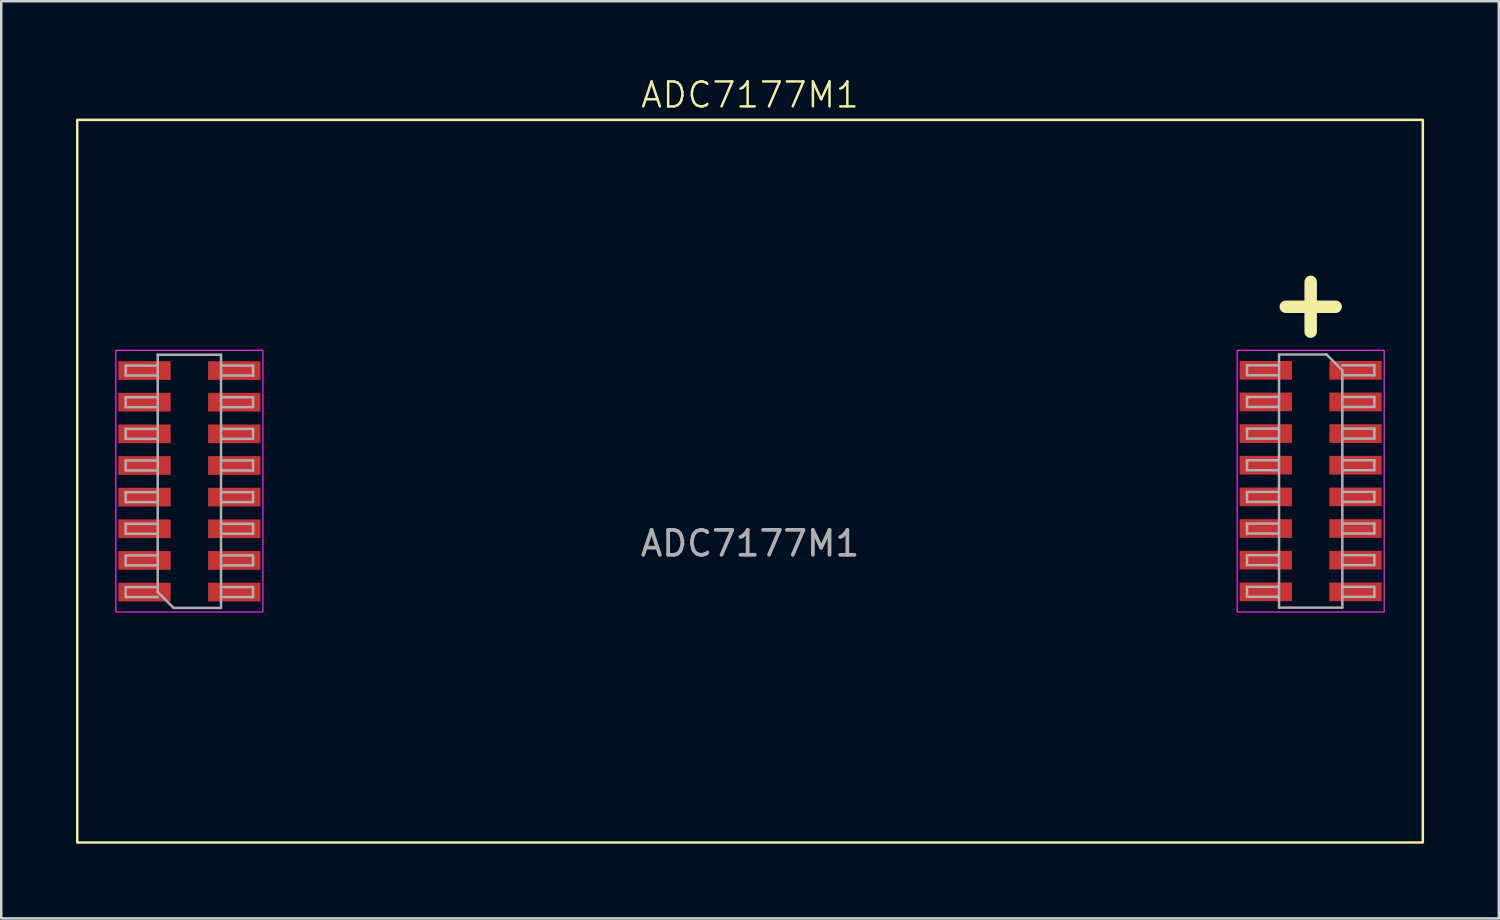
<source format=kicad_pcb>
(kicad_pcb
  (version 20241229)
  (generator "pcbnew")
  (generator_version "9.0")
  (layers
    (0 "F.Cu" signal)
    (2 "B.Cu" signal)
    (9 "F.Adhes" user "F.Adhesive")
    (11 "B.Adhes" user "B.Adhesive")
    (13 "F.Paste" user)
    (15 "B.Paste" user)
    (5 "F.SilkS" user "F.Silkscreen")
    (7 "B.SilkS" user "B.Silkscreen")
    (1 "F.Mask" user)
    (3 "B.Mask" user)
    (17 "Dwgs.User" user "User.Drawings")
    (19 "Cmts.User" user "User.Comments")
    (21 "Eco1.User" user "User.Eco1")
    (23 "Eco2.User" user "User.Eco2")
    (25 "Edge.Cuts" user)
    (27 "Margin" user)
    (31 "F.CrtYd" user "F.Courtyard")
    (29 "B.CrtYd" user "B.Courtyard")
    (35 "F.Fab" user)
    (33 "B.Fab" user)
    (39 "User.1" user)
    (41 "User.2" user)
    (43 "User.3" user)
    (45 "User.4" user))
  (footprint "ADC7177M1"
    (layer "F.Cu")
    (at 27.05 16.261)
    (property "Reference" "ADC7177M1" (at 0 -15.5 0) (unlocked yes) (layer "F.SilkS") (effects (font (size 1 1) (thickness 0.1))))
    (attr smd)
    (fp_line (start 21.5 -7) (end 23.5 -7) (stroke (width 0.5) (type solid)) (layer "F.SilkS"))
    (fp_line (start 22.5 -8) (end 22.5 -6) (stroke (width 0.5) (type solid)) (layer "F.SilkS"))
    (fp_rect (start -27 -14.5) (end 27 14.5) (stroke (width 0.1) (type default)) (fill no) (layer "F.SilkS"))
    (fp_rect (start -25.45 -5.25) (end -19.55 5.25) (stroke (width 0.05) (type default)) (fill no) (layer "F.CrtYd"))
    (fp_rect (start 19.55 -5.25) (end 25.45 5.25) (stroke (width 0.05) (type default)) (fill no) (layer "F.CrtYd"))
    (fp_line (start -25.055 -4.64) (end -23.77 -4.64) (stroke (width 0.1) (type solid)) (layer "F.Fab"))
    (fp_line (start -25.055 -4.24) (end -25.055 -4.64) (stroke (width 0.1) (type solid)) (layer "F.Fab"))
    (fp_line (start -25.055 -3.37) (end -23.77 -3.37) (stroke (width 0.1) (type solid)) (layer "F.Fab"))
    (fp_line (start -25.055 -2.97) (end -25.055 -3.37) (stroke (width 0.1) (type solid)) (layer "F.Fab"))
    (fp_line (start -25.055 -2.1) (end -23.77 -2.1) (stroke (width 0.1) (type solid)) (layer "F.Fab"))
    (fp_line (start -25.055 -1.7) (end -25.055 -2.1) (stroke (width 0.1) (type solid)) (layer "F.Fab"))
    (fp_line (start -25.055 -0.83) (end -23.77 -0.83) (stroke (width 0.1) (type solid)) (layer "F.Fab"))
    (fp_line (start -25.055 -0.43) (end -25.055 -0.83) (stroke (width 0.1) (type solid)) (layer "F.Fab"))
    (fp_line (start -25.055 0.44) (end -23.77 0.44) (stroke (width 0.1) (type solid)) (layer "F.Fab"))
    (fp_line (start -25.055 0.84) (end -25.055 0.44) (stroke (width 0.1) (type solid)) (layer "F.Fab"))
    (fp_line (start -25.055 1.71) (end -23.77 1.71) (stroke (width 0.1) (type solid)) (layer "F.Fab"))
    (fp_line (start -25.055 2.11) (end -25.055 1.71) (stroke (width 0.1) (type solid)) (layer "F.Fab"))
    (fp_line (start -25.055 2.98) (end -23.77 2.98) (stroke (width 0.1) (type solid)) (layer "F.Fab"))
    (fp_line (start -25.055 3.38) (end -25.055 2.98) (stroke (width 0.1) (type solid)) (layer "F.Fab"))
    (fp_line (start -25.055 4.25) (end -23.77 4.25) (stroke (width 0.1) (type solid)) (layer "F.Fab"))
    (fp_line (start -25.055 4.65) (end -25.055 4.25) (stroke (width 0.1) (type solid)) (layer "F.Fab"))
    (fp_line (start -23.77 -5.075) (end -21.23 -5.075) (stroke (width 0.1) (type solid)) (layer "F.Fab"))
    (fp_line (start -23.77 -4.24) (end -25.055 -4.24) (stroke (width 0.1) (type solid)) (layer "F.Fab"))
    (fp_line (start -23.77 -2.97) (end -25.055 -2.97) (stroke (width 0.1) (type solid)) (layer "F.Fab"))
    (fp_line (start -23.77 -1.7) (end -25.055 -1.7) (stroke (width 0.1) (type solid)) (layer "F.Fab"))
    (fp_line (start -23.77 -0.43) (end -25.055 -0.43) (stroke (width 0.1) (type solid)) (layer "F.Fab"))
    (fp_line (start -23.77 0.84) (end -25.055 0.84) (stroke (width 0.1) (type solid)) (layer "F.Fab"))
    (fp_line (start -23.77 2.11) (end -25.055 2.11) (stroke (width 0.1) (type solid)) (layer "F.Fab"))
    (fp_line (start -23.77 3.38) (end -25.055 3.38) (stroke (width 0.1) (type solid)) (layer "F.Fab"))
    (fp_line (start -23.77 4.45) (end -23.77 -5.075) (stroke (width 0.1) (type solid)) (layer "F.Fab"))
    (fp_line (start -23.77 4.65) (end -25.055 4.65) (stroke (width 0.1) (type solid)) (layer "F.Fab"))
    (fp_line (start -23.135 5.085) (end -23.77 4.45) (stroke (width 0.1) (type solid)) (layer "F.Fab"))
    (fp_line (start -21.23 -5.075) (end -21.23 5.085) (stroke (width 0.1) (type solid)) (layer "F.Fab"))
    (fp_line (start -21.23 -4.64) (end -19.945 -4.64) (stroke (width 0.1) (type solid)) (layer "F.Fab"))
    (fp_line (start -21.23 -3.37) (end -19.945 -3.37) (stroke (width 0.1) (type solid)) (layer "F.Fab"))
    (fp_line (start -21.23 -2.1) (end -19.945 -2.1) (stroke (width 0.1) (type solid)) (layer "F.Fab"))
    (fp_line (start -21.23 -0.83) (end -19.945 -0.83) (stroke (width 0.1) (type solid)) (layer "F.Fab"))
    (fp_line (start -21.23 0.44) (end -19.945 0.44) (stroke (width 0.1) (type solid)) (layer "F.Fab"))
    (fp_line (start -21.23 1.71) (end -19.945 1.71) (stroke (width 0.1) (type solid)) (layer "F.Fab"))
    (fp_line (start -21.23 2.98) (end -19.945 2.98) (stroke (width 0.1) (type solid)) (layer "F.Fab"))
    (fp_line (start -21.23 4.25) (end -19.945 4.25) (stroke (width 0.1) (type solid)) (layer "F.Fab"))
    (fp_line (start -21.23 5.085) (end -23.135 5.085) (stroke (width 0.1) (type solid)) (layer "F.Fab"))
    (fp_line (start -19.945 -4.64) (end -19.945 -4.24) (stroke (width 0.1) (type solid)) (layer "F.Fab"))
    (fp_line (start -19.945 -4.24) (end -21.23 -4.24) (stroke (width 0.1) (type solid)) (layer "F.Fab"))
    (fp_line (start -19.945 -3.37) (end -19.945 -2.97) (stroke (width 0.1) (type solid)) (layer "F.Fab"))
    (fp_line (start -19.945 -2.97) (end -21.23 -2.97) (stroke (width 0.1) (type solid)) (layer "F.Fab"))
    (fp_line (start -19.945 -2.1) (end -19.945 -1.7) (stroke (width 0.1) (type solid)) (layer "F.Fab"))
    (fp_line (start -19.945 -1.7) (end -21.23 -1.7) (stroke (width 0.1) (type solid)) (layer "F.Fab"))
    (fp_line (start -19.945 -0.83) (end -19.945 -0.43) (stroke (width 0.1) (type solid)) (layer "F.Fab"))
    (fp_line (start -19.945 -0.43) (end -21.23 -0.43) (stroke (width 0.1) (type solid)) (layer "F.Fab"))
    (fp_line (start -19.945 0.44) (end -19.945 0.84) (stroke (width 0.1) (type solid)) (layer "F.Fab"))
    (fp_line (start -19.945 0.84) (end -21.23 0.84) (stroke (width 0.1) (type solid)) (layer "F.Fab"))
    (fp_line (start -19.945 1.71) (end -19.945 2.11) (stroke (width 0.1) (type solid)) (layer "F.Fab"))
    (fp_line (start -19.945 2.11) (end -21.23 2.11) (stroke (width 0.1) (type solid)) (layer "F.Fab"))
    (fp_line (start -19.945 2.98) (end -19.945 3.38) (stroke (width 0.1) (type solid)) (layer "F.Fab"))
    (fp_line (start -19.945 3.38) (end -21.23 3.38) (stroke (width 0.1) (type solid)) (layer "F.Fab"))
    (fp_line (start -19.945 4.25) (end -19.945 4.65) (stroke (width 0.1) (type solid)) (layer "F.Fab"))
    (fp_line (start -19.945 4.65) (end -21.23 4.65) (stroke (width 0.1) (type solid)) (layer "F.Fab"))
    (fp_line (start 19.945 -4.65) (end 21.23 -4.65) (stroke (width 0.1) (type solid)) (layer "F.Fab"))
    (fp_line (start 19.945 -4.25) (end 19.945 -4.65) (stroke (width 0.1) (type solid)) (layer "F.Fab"))
    (fp_line (start 19.945 -3.38) (end 21.23 -3.38) (stroke (width 0.1) (type solid)) (layer "F.Fab"))
    (fp_line (start 19.945 -2.98) (end 19.945 -3.38) (stroke (width 0.1) (type solid)) (layer "F.Fab"))
    (fp_line (start 19.945 -2.11) (end 21.23 -2.11) (stroke (width 0.1) (type solid)) (layer "F.Fab"))
    (fp_line (start 19.945 -1.71) (end 19.945 -2.11) (stroke (width 0.1) (type solid)) (layer "F.Fab"))
    (fp_line (start 19.945 -0.84) (end 21.23 -0.84) (stroke (width 0.1) (type solid)) (layer "F.Fab"))
    (fp_line (start 19.945 -0.44) (end 19.945 -0.84) (stroke (width 0.1) (type solid)) (layer "F.Fab"))
    (fp_line (start 19.945 0.43) (end 21.23 0.43) (stroke (width 0.1) (type solid)) (layer "F.Fab"))
    (fp_line (start 19.945 0.83) (end 19.945 0.43) (stroke (width 0.1) (type solid)) (layer "F.Fab"))
    (fp_line (start 19.945 1.7) (end 21.23 1.7) (stroke (width 0.1) (type solid)) (layer "F.Fab"))
    (fp_line (start 19.945 2.1) (end 19.945 1.7) (stroke (width 0.1) (type solid)) (layer "F.Fab"))
    (fp_line (start 19.945 2.97) (end 21.23 2.97) (stroke (width 0.1) (type solid)) (layer "F.Fab"))
    (fp_line (start 19.945 3.37) (end 19.945 2.97) (stroke (width 0.1) (type solid)) (layer "F.Fab"))
    (fp_line (start 19.945 4.24) (end 21.23 4.24) (stroke (width 0.1) (type solid)) (layer "F.Fab"))
    (fp_line (start 19.945 4.64) (end 19.945 4.24) (stroke (width 0.1) (type solid)) (layer "F.Fab"))
    (fp_line (start 21.23 -5.085) (end 23.135 -5.085) (stroke (width 0.1) (type solid)) (layer "F.Fab"))
    (fp_line (start 21.23 -4.25) (end 19.945 -4.25) (stroke (width 0.1) (type solid)) (layer "F.Fab"))
    (fp_line (start 21.23 -2.98) (end 19.945 -2.98) (stroke (width 0.1) (type solid)) (layer "F.Fab"))
    (fp_line (start 21.23 -1.71) (end 19.945 -1.71) (stroke (width 0.1) (type solid)) (layer "F.Fab"))
    (fp_line (start 21.23 -0.44) (end 19.945 -0.44) (stroke (width 0.1) (type solid)) (layer "F.Fab"))
    (fp_line (start 21.23 0.83) (end 19.945 0.83) (stroke (width 0.1) (type solid)) (layer "F.Fab"))
    (fp_line (start 21.23 2.1) (end 19.945 2.1) (stroke (width 0.1) (type solid)) (layer "F.Fab"))
    (fp_line (start 21.23 3.37) (end 19.945 3.37) (stroke (width 0.1) (type solid)) (layer "F.Fab"))
    (fp_line (start 21.23 4.64) (end 19.945 4.64) (stroke (width 0.1) (type solid)) (layer "F.Fab"))
    (fp_line (start 21.23 5.075) (end 21.23 -5.085) (stroke (width 0.1) (type solid)) (layer "F.Fab"))
    (fp_line (start 23.135 -5.085) (end 23.77 -4.45) (stroke (width 0.1) (type solid)) (layer "F.Fab"))
    (fp_line (start 23.77 -4.65) (end 25.055 -4.65) (stroke (width 0.1) (type solid)) (layer "F.Fab"))
    (fp_line (start 23.77 -4.45) (end 23.77 5.075) (stroke (width 0.1) (type solid)) (layer "F.Fab"))
    (fp_line (start 23.77 -3.38) (end 25.055 -3.38) (stroke (width 0.1) (type solid)) (layer "F.Fab"))
    (fp_line (start 23.77 -2.11) (end 25.055 -2.11) (stroke (width 0.1) (type solid)) (layer "F.Fab"))
    (fp_line (start 23.77 -0.84) (end 25.055 -0.84) (stroke (width 0.1) (type solid)) (layer "F.Fab"))
    (fp_line (start 23.77 0.43) (end 25.055 0.43) (stroke (width 0.1) (type solid)) (layer "F.Fab"))
    (fp_line (start 23.77 1.7) (end 25.055 1.7) (stroke (width 0.1) (type solid)) (layer "F.Fab"))
    (fp_line (start 23.77 2.97) (end 25.055 2.97) (stroke (width 0.1) (type solid)) (layer "F.Fab"))
    (fp_line (start 23.77 4.24) (end 25.055 4.24) (stroke (width 0.1) (type solid)) (layer "F.Fab"))
    (fp_line (start 23.77 5.075) (end 21.23 5.075) (stroke (width 0.1) (type solid)) (layer "F.Fab"))
    (fp_line (start 25.055 -4.65) (end 25.055 -4.25) (stroke (width 0.1) (type solid)) (layer "F.Fab"))
    (fp_line (start 25.055 -4.25) (end 23.77 -4.25) (stroke (width 0.1) (type solid)) (layer "F.Fab"))
    (fp_line (start 25.055 -3.38) (end 25.055 -2.98) (stroke (width 0.1) (type solid)) (layer "F.Fab"))
    (fp_line (start 25.055 -2.98) (end 23.77 -2.98) (stroke (width 0.1) (type solid)) (layer "F.Fab"))
    (fp_line (start 25.055 -2.11) (end 25.055 -1.71) (stroke (width 0.1) (type solid)) (layer "F.Fab"))
    (fp_line (start 25.055 -1.71) (end 23.77 -1.71) (stroke (width 0.1) (type solid)) (layer "F.Fab"))
    (fp_line (start 25.055 -0.84) (end 25.055 -0.44) (stroke (width 0.1) (type solid)) (layer "F.Fab"))
    (fp_line (start 25.055 -0.44) (end 23.77 -0.44) (stroke (width 0.1) (type solid)) (layer "F.Fab"))
    (fp_line (start 25.055 0.43) (end 25.055 0.83) (stroke (width 0.1) (type solid)) (layer "F.Fab"))
    (fp_line (start 25.055 0.83) (end 23.77 0.83) (stroke (width 0.1) (type solid)) (layer "F.Fab"))
    (fp_line (start 25.055 1.7) (end 25.055 2.1) (stroke (width 0.1) (type solid)) (layer "F.Fab"))
    (fp_line (start 25.055 2.1) (end 23.77 2.1) (stroke (width 0.1) (type solid)) (layer "F.Fab"))
    (fp_line (start 25.055 2.97) (end 25.055 3.37) (stroke (width 0.1) (type solid)) (layer "F.Fab"))
    (fp_line (start 25.055 3.37) (end 23.77 3.37) (stroke (width 0.1) (type solid)) (layer "F.Fab"))
    (fp_line (start 25.055 4.24) (end 25.055 4.64) (stroke (width 0.1) (type solid)) (layer "F.Fab"))
    (fp_line (start 25.055 4.64) (end 23.77 4.64) (stroke (width 0.1) (type solid)) (layer "F.Fab"))
    (fp_text user "${REFERENCE}" (at 0 2.5 0) (unlocked yes) (layer "F.Fab") (effects (font (size 1 1) (thickness 0.15))))
    (pad "A1" smd rect (at -24.3 4.45 180) (size 2.1 0.75) (layers "F.Cu" "F.Mask" "F.Paste"))
    (pad "A2" smd rect (at -20.7 4.45 180) (size 2.1 0.75) (layers "F.Cu" "F.Mask" "F.Paste"))
    (pad "A3" smd rect (at -24.3 3.18 180) (size 2.1 0.75) (layers "F.Cu" "F.Mask" "F.Paste"))
    (pad "A4" smd rect (at -20.7 3.18 180) (size 2.1 0.75) (layers "F.Cu" "F.Mask" "F.Paste"))
    (pad "A5" smd rect (at -24.3 1.91 180) (size 2.1 0.75) (layers "F.Cu" "F.Mask" "F.Paste"))
    (pad "A6" smd rect (at -20.7 1.91 180) (size 2.1 0.75) (layers "F.Cu" "F.Mask" "F.Paste"))
    (pad "A7" smd rect (at -24.3 0.64 180) (size 2.1 0.75) (layers "F.Cu" "F.Mask" "F.Paste"))
    (pad "A8" smd rect (at -20.7 0.64 180) (size 2.1 0.75) (layers "F.Cu" "F.Mask" "F.Paste"))
    (pad "A9" smd rect (at -24.3 -0.63 180) (size 2.1 0.75) (layers "F.Cu" "F.Mask" "F.Paste"))
    (pad "A10" smd rect (at -20.7 -0.63 180) (size 2.1 0.75) (layers "F.Cu" "F.Mask" "F.Paste"))
    (pad "A11" smd rect (at -24.3 -1.9 180) (size 2.1 0.75) (layers "F.Cu" "F.Mask" "F.Paste"))
    (pad "A12" smd rect (at -20.7 -1.9 180) (size 2.1 0.75) (layers "F.Cu" "F.Mask" "F.Paste"))
    (pad "A13" smd rect (at -24.3 -3.17 180) (size 2.1 0.75) (layers "F.Cu" "F.Mask" "F.Paste"))
    (pad "A14" smd rect (at -20.7 -3.17 180) (size 2.1 0.75) (layers "F.Cu" "F.Mask" "F.Paste"))
    (pad "A15" smd rect (at -24.3 -4.44 180) (size 2.1 0.75) (layers "F.Cu" "F.Mask" "F.Paste"))
    (pad "A16" smd rect (at -20.7 -4.44 180) (size 2.1 0.75) (layers "F.Cu" "F.Mask" "F.Paste"))
    (pad "B1" smd rect (at 24.3 -4.45) (size 2.1 0.75) (layers "F.Cu" "F.Mask" "F.Paste"))
    (pad "B2" smd rect (at 20.7 -4.45) (size 2.1 0.75) (layers "F.Cu" "F.Mask" "F.Paste"))
    (pad "B3" smd rect (at 24.3 -3.18) (size 2.1 0.75) (layers "F.Cu" "F.Mask" "F.Paste"))
    (pad "B4" smd rect (at 20.7 -3.18) (size 2.1 0.75) (layers "F.Cu" "F.Mask" "F.Paste"))
    (pad "B5" smd rect (at 24.3 -1.91) (size 2.1 0.75) (layers "F.Cu" "F.Mask" "F.Paste"))
    (pad "B6" smd rect (at 20.7 -1.91) (size 2.1 0.75) (layers "F.Cu" "F.Mask" "F.Paste"))
    (pad "B7" smd rect (at 24.3 -0.64) (size 2.1 0.75) (layers "F.Cu" "F.Mask" "F.Paste"))
    (pad "B8" smd rect (at 20.7 -0.64) (size 2.1 0.75) (layers "F.Cu" "F.Mask" "F.Paste"))
    (pad "B9" smd rect (at 24.3 0.63) (size 2.1 0.75) (layers "F.Cu" "F.Mask" "F.Paste"))
    (pad "B10" smd rect (at 20.7 0.63) (size 2.1 0.75) (layers "F.Cu" "F.Mask" "F.Paste"))
    (pad "B11" smd rect (at 24.3 1.9) (size 2.1 0.75) (layers "F.Cu" "F.Mask" "F.Paste"))
    (pad "B12" smd rect (at 20.7 1.9) (size 2.1 0.75) (layers "F.Cu" "F.Mask" "F.Paste"))
    (pad "B13" smd rect (at 24.3 3.17) (size 2.1 0.75) (layers "F.Cu" "F.Mask" "F.Paste"))
    (pad "B14" smd rect (at 20.7 3.17) (size 2.1 0.75) (layers "F.Cu" "F.Mask" "F.Paste"))
    (pad "B15" smd rect (at 24.3 4.44) (size 2.1 0.75) (layers "F.Cu" "F.Mask" "F.Paste"))
    (pad "B16" smd rect (at 20.7 4.44) (size 2.1 0.75) (layers "F.Cu" "F.Mask" "F.Paste")))
  (gr_rect
    (start -3 -3)
    (end 57.1 33.81)
    (stroke (width 0.1) (type default))
    (fill no)
    (layer "Edge.Cuts")))
</source>
